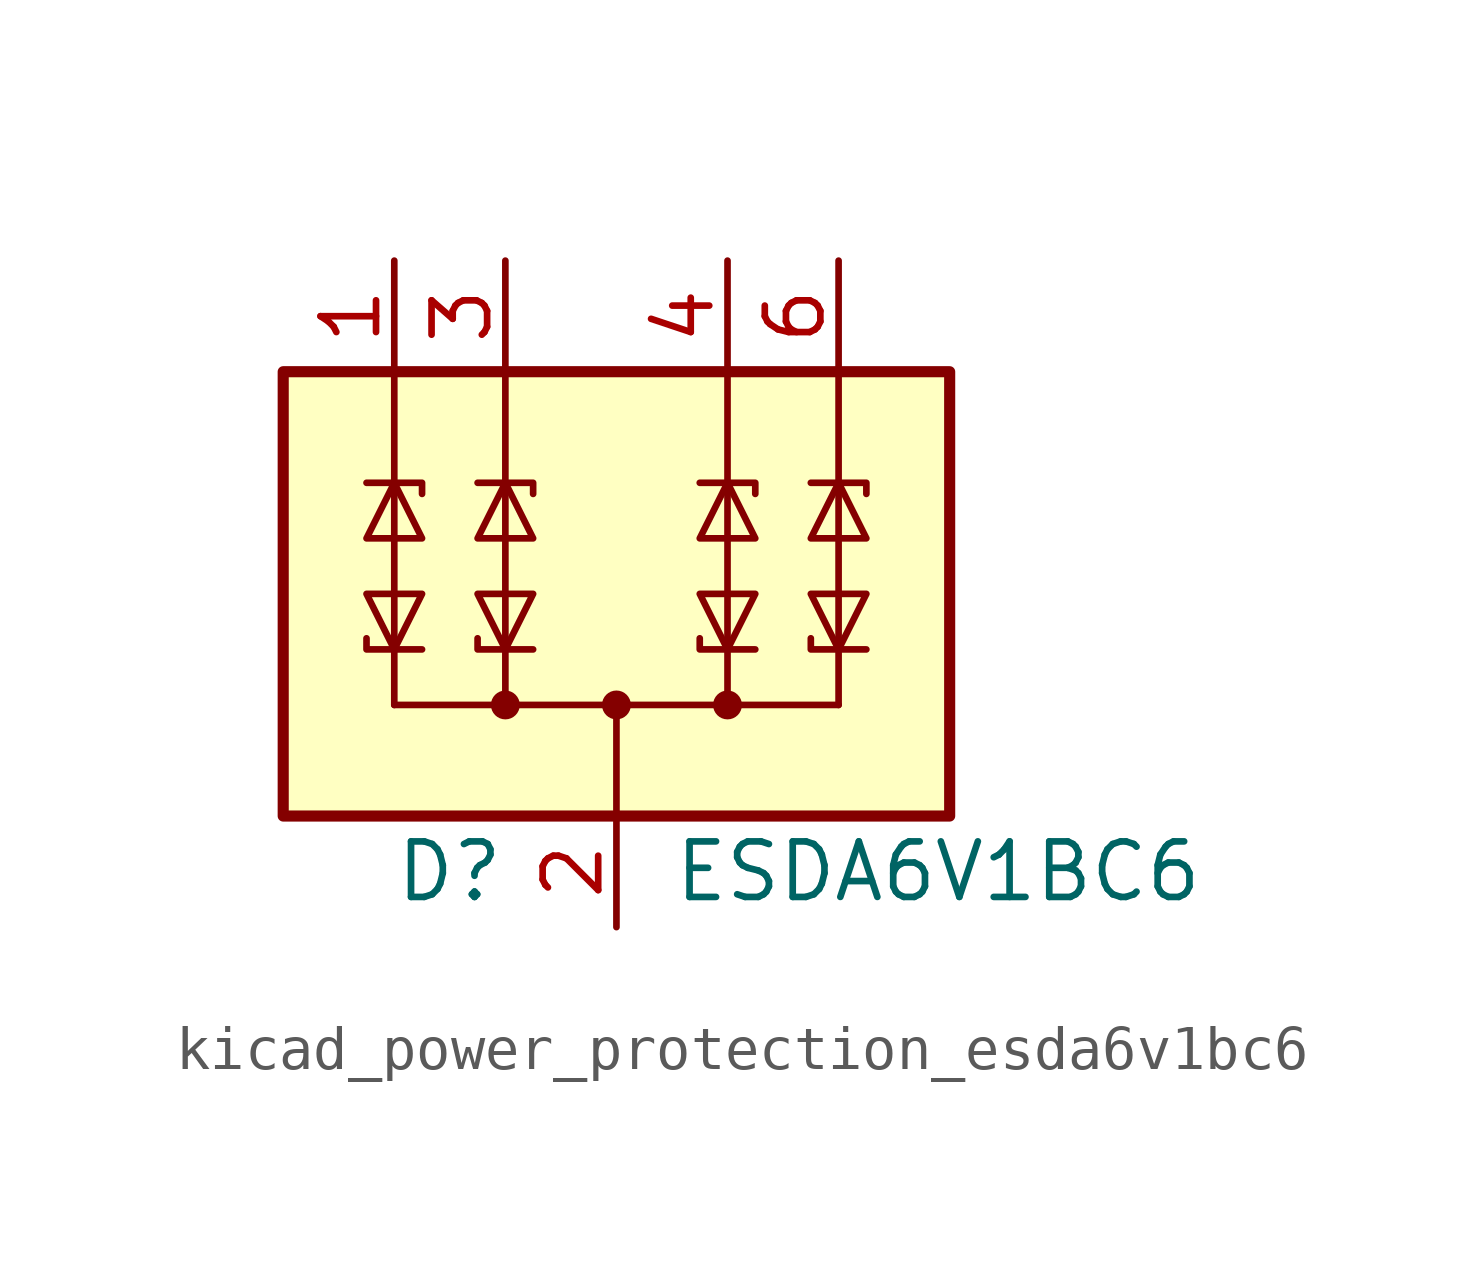
<source format=kicad_sym>
(kicad_symbol_lib
  (version 20220914)
  (generator kicad_symbol_editor)
  (symbol "kicad_power_protection_esda6v1bc6"
    (pin_names hide)
    (property "Reference" "D"
      (at -2.54 -6.35 0)
      (effects (font (size 1.27 1.27)) (justify right)))
    (property "Value" "ESDA6V1BC6"
      (at 1.27 -6.35 0)
      (effects (font (size 1.27 1.27)) (justify left)))
    (symbol "kicad_power_protection_esda6v1bc6_0_0"
      (pin passive line (at 0 -7.62 90) (length 2.54) (name "COM" (effects (font (size 1.27 1.27)))) (number "2" (effects (font (size 1.27 1.27))))))
    (symbol "kicad_power_protection_esda6v1bc6_0_1"
      (rectangle (start -7.62 5.08) (end 7.62 -5.08) (stroke (width 0.254) (type default)) (fill (type background)))
      (circle (center -2.54 -2.54) (radius 0.254) (stroke (width 0) (type default)) (fill (type outline)))
      (circle (center 0 -2.54) (radius 0.254) (stroke (width 0) (type default)) (fill (type outline)))
      (polyline (pts (xy -5.08 -2.54) (xy -5.08 -1.27)) (stroke (width 0) (type default)) (fill (type none)))
      (polyline (pts (xy -5.08 -2.54) (xy 5.08 -2.54)) (stroke (width 0) (type default)) (fill (type none)))
      (polyline (pts (xy -5.08 2.54) (xy -5.08 -1.27)) (stroke (width 0) (type default)) (fill (type none)))
      (polyline (pts (xy -5.08 5.08) (xy -5.08 2.54)) (stroke (width 0) (type default)) (fill (type none)))
      (polyline (pts (xy -2.54 -2.54) (xy -2.54 -1.27)) (stroke (width 0) (type default)) (fill (type none)))
      (polyline (pts (xy -2.54 2.54) (xy -2.54 -1.27)) (stroke (width 0) (type default)) (fill (type none)))
      (polyline (pts (xy -2.54 5.08) (xy -2.54 2.54)) (stroke (width 0) (type default)) (fill (type none)))
      (polyline (pts (xy 0 -2.54) (xy 0 -5.08)) (stroke (width 0) (type default)) (fill (type none)))
      (polyline (pts (xy 2.54 -2.54) (xy 2.54 -1.27)) (stroke (width 0) (type default)) (fill (type none)))
      (polyline (pts (xy 2.54 2.54) (xy 2.54 -1.27)) (stroke (width 0) (type default)) (fill (type none)))
      (polyline (pts (xy 2.54 5.08) (xy 2.54 2.54)) (stroke (width 0) (type default)) (fill (type none)))
      (polyline (pts (xy 5.08 -2.54) (xy 5.08 -1.27)) (stroke (width 0) (type default)) (fill (type none)))
      (polyline (pts (xy 5.08 2.54) (xy 5.08 -1.27)) (stroke (width 0) (type default)) (fill (type none)))
      (polyline (pts (xy 5.08 5.08) (xy 5.08 2.54)) (stroke (width 0) (type default)) (fill (type none)))
      (polyline (pts (xy -5.715 -1.016) (xy -5.715 -1.27) (xy -4.445 -1.27)) (stroke (width 0) (type default)) (fill (type none)))
      (polyline (pts (xy -5.715 2.54) (xy -4.445 2.54) (xy -4.445 2.286)) (stroke (width 0) (type default)) (fill (type none)))
      (polyline (pts (xy -3.175 -1.016) (xy -3.175 -1.27) (xy -1.905 -1.27)) (stroke (width 0) (type default)) (fill (type none)))
      (polyline (pts (xy -3.175 2.54) (xy -1.905 2.54) (xy -1.905 2.286)) (stroke (width 0) (type default)) (fill (type none)))
      (polyline (pts (xy 1.905 -1.016) (xy 1.905 -1.27) (xy 3.175 -1.27)) (stroke (width 0) (type default)) (fill (type none)))
      (polyline (pts (xy 1.905 2.54) (xy 3.175 2.54) (xy 3.175 2.286)) (stroke (width 0) (type default)) (fill (type none)))
      (polyline (pts (xy 4.445 -1.016) (xy 4.445 -1.27) (xy 5.715 -1.27)) (stroke (width 0) (type default)) (fill (type none)))
      (polyline (pts (xy 4.445 2.54) (xy 5.715 2.54) (xy 5.715 2.286)) (stroke (width 0) (type default)) (fill (type none)))
      (polyline (pts (xy -5.08 -1.27) (xy -5.715 0) (xy -4.445 0) (xy -5.08 -1.27)) (stroke (width 0) (type default)) (fill (type none)))
      (polyline (pts (xy -5.08 2.54) (xy -4.445 1.27) (xy -5.715 1.27) (xy -5.08 2.54)) (stroke (width 0) (type default)) (fill (type none)))
      (polyline (pts (xy -2.54 -1.27) (xy -3.175 0) (xy -1.905 0) (xy -2.54 -1.27)) (stroke (width 0) (type default)) (fill (type none)))
      (polyline (pts (xy -2.54 2.54) (xy -1.905 1.27) (xy -3.175 1.27) (xy -2.54 2.54)) (stroke (width 0) (type default)) (fill (type none)))
      (polyline (pts (xy 2.54 -1.27) (xy 1.905 0) (xy 3.175 0) (xy 2.54 -1.27)) (stroke (width 0) (type default)) (fill (type none)))
      (polyline (pts (xy 2.54 2.54) (xy 3.175 1.27) (xy 1.905 1.27) (xy 2.54 2.54)) (stroke (width 0) (type default)) (fill (type none)))
      (polyline (pts (xy 5.08 -1.27) (xy 4.445 0) (xy 5.715 0) (xy 5.08 -1.27)) (stroke (width 0) (type default)) (fill (type none)))
      (polyline (pts (xy 5.08 2.54) (xy 5.715 1.27) (xy 4.445 1.27) (xy 5.08 2.54)) (stroke (width 0) (type default)) (fill (type none)))
      (circle (center 2.54 -2.54) (radius 0.254) (stroke (width 0) (type default)) (fill (type outline))))
    (symbol "kicad_power_protection_esda6v1bc6_1_1"
      (pin passive line (at -5.08 7.62 270) (length 2.54) (name "TVS1" (effects (font (size 1.27 1.27)))) (number "1" (effects (font (size 1.27 1.27)))))
      (pin passive line (at -2.54 7.62 270) (length 2.54) (name "TVS2" (effects (font (size 1.27 1.27)))) (number "3" (effects (font (size 1.27 1.27)))))
      (pin passive line (at 2.54 7.62 270) (length 2.54) (name "TVS3" (effects (font (size 1.27 1.27)))) (number "4" (effects (font (size 1.27 1.27)))))
      (pin passive line (at 0 -7.62 90) (length 2.54) hide (name "COM" (effects (font (size 1.27 1.27)))) (number "5" (effects (font (size 1.27 1.27)))))
      (pin passive line (at 5.08 7.62 270) (length 2.54) (name "TVS4" (effects (font (size 1.27 1.27)))) (number "6" (effects (font (size 1.27 1.27))))))))
</source>
